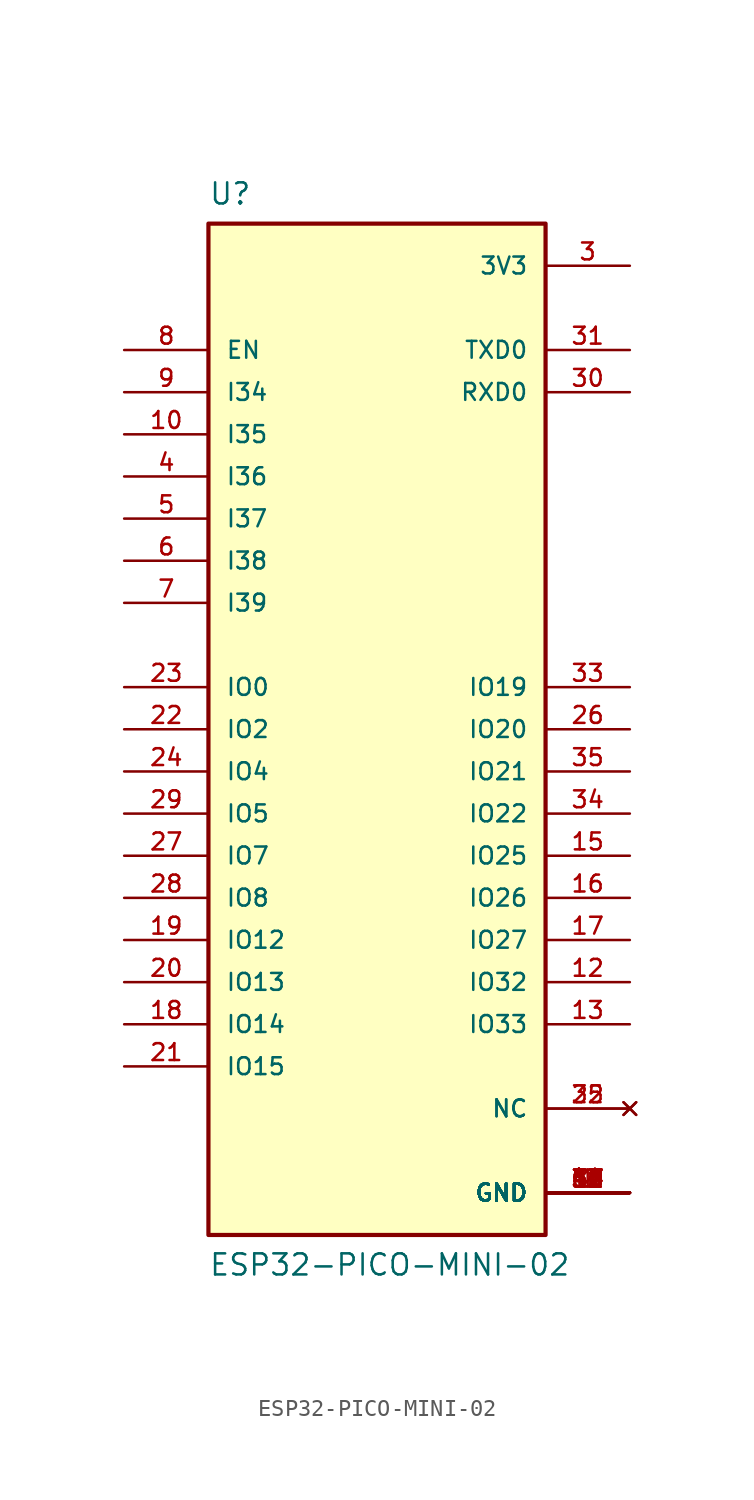
<source format=kicad_sym>
(kicad_symbol_lib
  (version 20211014)
  (generator kicad_symbol_editor)
  (symbol "ESP32-PICO-MINI-02"
    (pin_names
      (offset 1.016))
    (property "Reference" "U"
      (at -10.16 33.02 0)
      (effects (font (size 1.27 1.27)) (justify left top)))
    (property "Value" "ESP32-PICO-MINI-02"
      (at -10.16 -33.02 0)
      (effects (font (size 1.27 1.27)) (justify left bottom)))
    (symbol "ESP32-PICO-MINI-02_0_0"
      (rectangle (start -10.16 -30.48) (end 10.16 30.48) (stroke (width 0.254) (type default) (color 0 0 0 0)) (fill (type background)))
      (pin power_in line (at 15.24 -27.94 180) (length 5.08) (name "GND" (effects (font (size 1.016 1.016)))) (number "1" (effects (font (size 1.016 1.016)))))
      (pin input line (at -15.24 17.78 0) (length 5.08) (name "I35" (effects (font (size 1.016 1.016)))) (number "10" (effects (font (size 1.016 1.016)))))
      (pin power_in line (at 15.24 -27.94 180) (length 5.08) (name "GND" (effects (font (size 1.016 1.016)))) (number "11" (effects (font (size 1.016 1.016)))))
      (pin bidirectional line (at 15.24 -15.24 180) (length 5.08) (name "IO32" (effects (font (size 1.016 1.016)))) (number "12" (effects (font (size 1.016 1.016)))))
      (pin bidirectional line (at 15.24 -17.78 180) (length 5.08) (name "IO33" (effects (font (size 1.016 1.016)))) (number "13" (effects (font (size 1.016 1.016)))))
      (pin power_in line (at 15.24 -27.94 180) (length 5.08) (name "GND" (effects (font (size 1.016 1.016)))) (number "14" (effects (font (size 1.016 1.016)))))
      (pin bidirectional line (at 15.24 -7.62 180) (length 5.08) (name "IO25" (effects (font (size 1.016 1.016)))) (number "15" (effects (font (size 1.016 1.016)))))
      (pin bidirectional line (at 15.24 -10.16 180) (length 5.08) (name "IO26" (effects (font (size 1.016 1.016)))) (number "16" (effects (font (size 1.016 1.016)))))
      (pin bidirectional line (at 15.24 -12.7 180) (length 5.08) (name "IO27" (effects (font (size 1.016 1.016)))) (number "17" (effects (font (size 1.016 1.016)))))
      (pin bidirectional line (at -15.24 -17.78 0) (length 5.08) (name "IO14" (effects (font (size 1.016 1.016)))) (number "18" (effects (font (size 1.016 1.016)))))
      (pin bidirectional line (at -15.24 -12.7 0) (length 5.08) (name "IO12" (effects (font (size 1.016 1.016)))) (number "19" (effects (font (size 1.016 1.016)))))
      (pin power_in line (at 15.24 -27.94 180) (length 5.08) (name "GND" (effects (font (size 1.016 1.016)))) (number "2" (effects (font (size 1.016 1.016)))))
      (pin bidirectional line (at -15.24 -15.24 0) (length 5.08) (name "IO13" (effects (font (size 1.016 1.016)))) (number "20" (effects (font (size 1.016 1.016)))))
      (pin bidirectional line (at -15.24 -20.32 0) (length 5.08) (name "IO15" (effects (font (size 1.016 1.016)))) (number "21" (effects (font (size 1.016 1.016)))))
      (pin bidirectional line (at -15.24 0 0) (length 5.08) (name "IO2" (effects (font (size 1.016 1.016)))) (number "22" (effects (font (size 1.016 1.016)))))
      (pin bidirectional line (at -15.24 2.54 0) (length 5.08) (name "IO0" (effects (font (size 1.016 1.016)))) (number "23" (effects (font (size 1.016 1.016)))))
      (pin bidirectional line (at -15.24 -2.54 0) (length 5.08) (name "IO4" (effects (font (size 1.016 1.016)))) (number "24" (effects (font (size 1.016 1.016)))))
      (pin no_connect line (at 15.24 -22.86 180) (length 5.08) (name "NC" (effects (font (size 1.016 1.016)))) (number "25" (effects (font (size 1.016 1.016)))))
      (pin bidirectional line (at 15.24 0 180) (length 5.08) (name "IO20" (effects (font (size 1.016 1.016)))) (number "26" (effects (font (size 1.016 1.016)))))
      (pin bidirectional line (at -15.24 -7.62 0) (length 5.08) (name "IO7" (effects (font (size 1.016 1.016)))) (number "27" (effects (font (size 1.016 1.016)))))
      (pin bidirectional line (at -15.24 -10.16 0) (length 5.08) (name "IO8" (effects (font (size 1.016 1.016)))) (number "28" (effects (font (size 1.016 1.016)))))
      (pin bidirectional line (at -15.24 -5.08 0) (length 5.08) (name "IO5" (effects (font (size 1.016 1.016)))) (number "29" (effects (font (size 1.016 1.016)))))
      (pin power_in line (at 15.24 27.94 180) (length 5.08) (name "3V3" (effects (font (size 1.016 1.016)))) (number "3" (effects (font (size 1.016 1.016)))))
      (pin bidirectional line (at 15.24 20.32 180) (length 5.08) (name "RXD0" (effects (font (size 1.016 1.016)))) (number "30" (effects (font (size 1.016 1.016)))))
      (pin bidirectional line (at 15.24 22.86 180) (length 5.08) (name "TXD0" (effects (font (size 1.016 1.016)))) (number "31" (effects (font (size 1.016 1.016)))))
      (pin no_connect line (at 15.24 -22.86 180) (length 5.08) (name "NC" (effects (font (size 1.016 1.016)))) (number "32" (effects (font (size 1.016 1.016)))))
      (pin bidirectional line (at 15.24 2.54 180) (length 5.08) (name "IO19" (effects (font (size 1.016 1.016)))) (number "33" (effects (font (size 1.016 1.016)))))
      (pin bidirectional line (at 15.24 -5.08 180) (length 5.08) (name "IO22" (effects (font (size 1.016 1.016)))) (number "34" (effects (font (size 1.016 1.016)))))
      (pin bidirectional line (at 15.24 -2.54 180) (length 5.08) (name "IO21" (effects (font (size 1.016 1.016)))) (number "35" (effects (font (size 1.016 1.016)))))
      (pin power_in line (at 15.24 -27.94 180) (length 5.08) (name "GND" (effects (font (size 1.016 1.016)))) (number "36" (effects (font (size 1.016 1.016)))))
      (pin power_in line (at 15.24 -27.94 180) (length 5.08) (name "GND" (effects (font (size 1.016 1.016)))) (number "37" (effects (font (size 1.016 1.016)))))
      (pin power_in line (at 15.24 -27.94 180) (length 5.08) (name "GND" (effects (font (size 1.016 1.016)))) (number "38" (effects (font (size 1.016 1.016)))))
      (pin power_in line (at 15.24 -27.94 180) (length 5.08) (name "GND" (effects (font (size 1.016 1.016)))) (number "39" (effects (font (size 1.016 1.016)))))
      (pin input line (at -15.24 15.24 0) (length 5.08) (name "I36" (effects (font (size 1.016 1.016)))) (number "4" (effects (font (size 1.016 1.016)))))
      (pin power_in line (at 15.24 -27.94 180) (length 5.08) (name "GND" (effects (font (size 1.016 1.016)))) (number "40" (effects (font (size 1.016 1.016)))))
      (pin power_in line (at 15.24 -27.94 180) (length 5.08) (name "GND" (effects (font (size 1.016 1.016)))) (number "41" (effects (font (size 1.016 1.016)))))
      (pin power_in line (at 15.24 -27.94 180) (length 5.08) (name "GND" (effects (font (size 1.016 1.016)))) (number "42" (effects (font (size 1.016 1.016)))))
      (pin power_in line (at 15.24 -27.94 180) (length 5.08) (name "GND" (effects (font (size 1.016 1.016)))) (number "43" (effects (font (size 1.016 1.016)))))
      (pin power_in line (at 15.24 -27.94 180) (length 5.08) (name "GND" (effects (font (size 1.016 1.016)))) (number "44" (effects (font (size 1.016 1.016)))))
      (pin power_in line (at 15.24 -27.94 180) (length 5.08) (name "GND" (effects (font (size 1.016 1.016)))) (number "45" (effects (font (size 1.016 1.016)))))
      (pin power_in line (at 15.24 -27.94 180) (length 5.08) (name "GND" (effects (font (size 1.016 1.016)))) (number "46" (effects (font (size 1.016 1.016)))))
      (pin power_in line (at 15.24 -27.94 180) (length 5.08) (name "GND" (effects (font (size 1.016 1.016)))) (number "47" (effects (font (size 1.016 1.016)))))
      (pin power_in line (at 15.24 -27.94 180) (length 5.08) (name "GND" (effects (font (size 1.016 1.016)))) (number "48" (effects (font (size 1.016 1.016)))))
      (pin power_in line (at 15.24 -27.94 180) (length 5.08) (name "GND" (effects (font (size 1.016 1.016)))) (number "49" (effects (font (size 1.016 1.016)))))
      (pin input line (at -15.24 12.7 0) (length 5.08) (name "I37" (effects (font (size 1.016 1.016)))) (number "5" (effects (font (size 1.016 1.016)))))
      (pin power_in line (at 15.24 -27.94 180) (length 5.08) (name "GND" (effects (font (size 1.016 1.016)))) (number "50" (effects (font (size 1.016 1.016)))))
      (pin power_in line (at 15.24 -27.94 180) (length 5.08) (name "GND" (effects (font (size 1.016 1.016)))) (number "51" (effects (font (size 1.016 1.016)))))
      (pin power_in line (at 15.24 -27.94 180) (length 5.08) (name "GND" (effects (font (size 1.016 1.016)))) (number "52" (effects (font (size 1.016 1.016)))))
      (pin power_in line (at 15.24 -27.94 180) (length 5.08) (name "GND" (effects (font (size 1.016 1.016)))) (number "53" (effects (font (size 1.016 1.016)))))
      (pin power_in line (at 15.24 -27.94 180) (length 5.08) (name "GND" (effects (font (size 1.016 1.016)))) (number "54" (effects (font (size 1.016 1.016)))))
      (pin power_in line (at 15.24 -27.94 180) (length 5.08) (name "GND" (effects (font (size 1.016 1.016)))) (number "55" (effects (font (size 1.016 1.016)))))
      (pin power_in line (at 15.24 -27.94 180) (length 5.08) (name "GND" (effects (font (size 1.016 1.016)))) (number "56" (effects (font (size 1.016 1.016)))))
      (pin power_in line (at 15.24 -27.94 180) (length 5.08) (name "GND" (effects (font (size 1.016 1.016)))) (number "57" (effects (font (size 1.016 1.016)))))
      (pin power_in line (at 15.24 -27.94 180) (length 5.08) (name "GND" (effects (font (size 1.016 1.016)))) (number "58" (effects (font (size 1.016 1.016)))))
      (pin power_in line (at 15.24 -27.94 180) (length 5.08) (name "GND" (effects (font (size 1.016 1.016)))) (number "59" (effects (font (size 1.016 1.016)))))
      (pin input line (at -15.24 10.16 0) (length 5.08) (name "I38" (effects (font (size 1.016 1.016)))) (number "6" (effects (font (size 1.016 1.016)))))
      (pin power_in line (at 15.24 -27.94 180) (length 5.08) (name "GND" (effects (font (size 1.016 1.016)))) (number "60" (effects (font (size 1.016 1.016)))))
      (pin power_in line (at 15.24 -27.94 180) (length 5.08) (name "GND" (effects (font (size 1.016 1.016)))) (number "61" (effects (font (size 1.016 1.016)))))
      (pin input line (at -15.24 7.62 0) (length 5.08) (name "I39" (effects (font (size 1.016 1.016)))) (number "7" (effects (font (size 1.016 1.016)))))
      (pin input line (at -15.24 22.86 0) (length 5.08) (name "EN" (effects (font (size 1.016 1.016)))) (number "8" (effects (font (size 1.016 1.016)))))
      (pin input line (at -15.24 20.32 0) (length 5.08) (name "I34" (effects (font (size 1.016 1.016)))) (number "9" (effects (font (size 1.016 1.016))))))))
</source>
